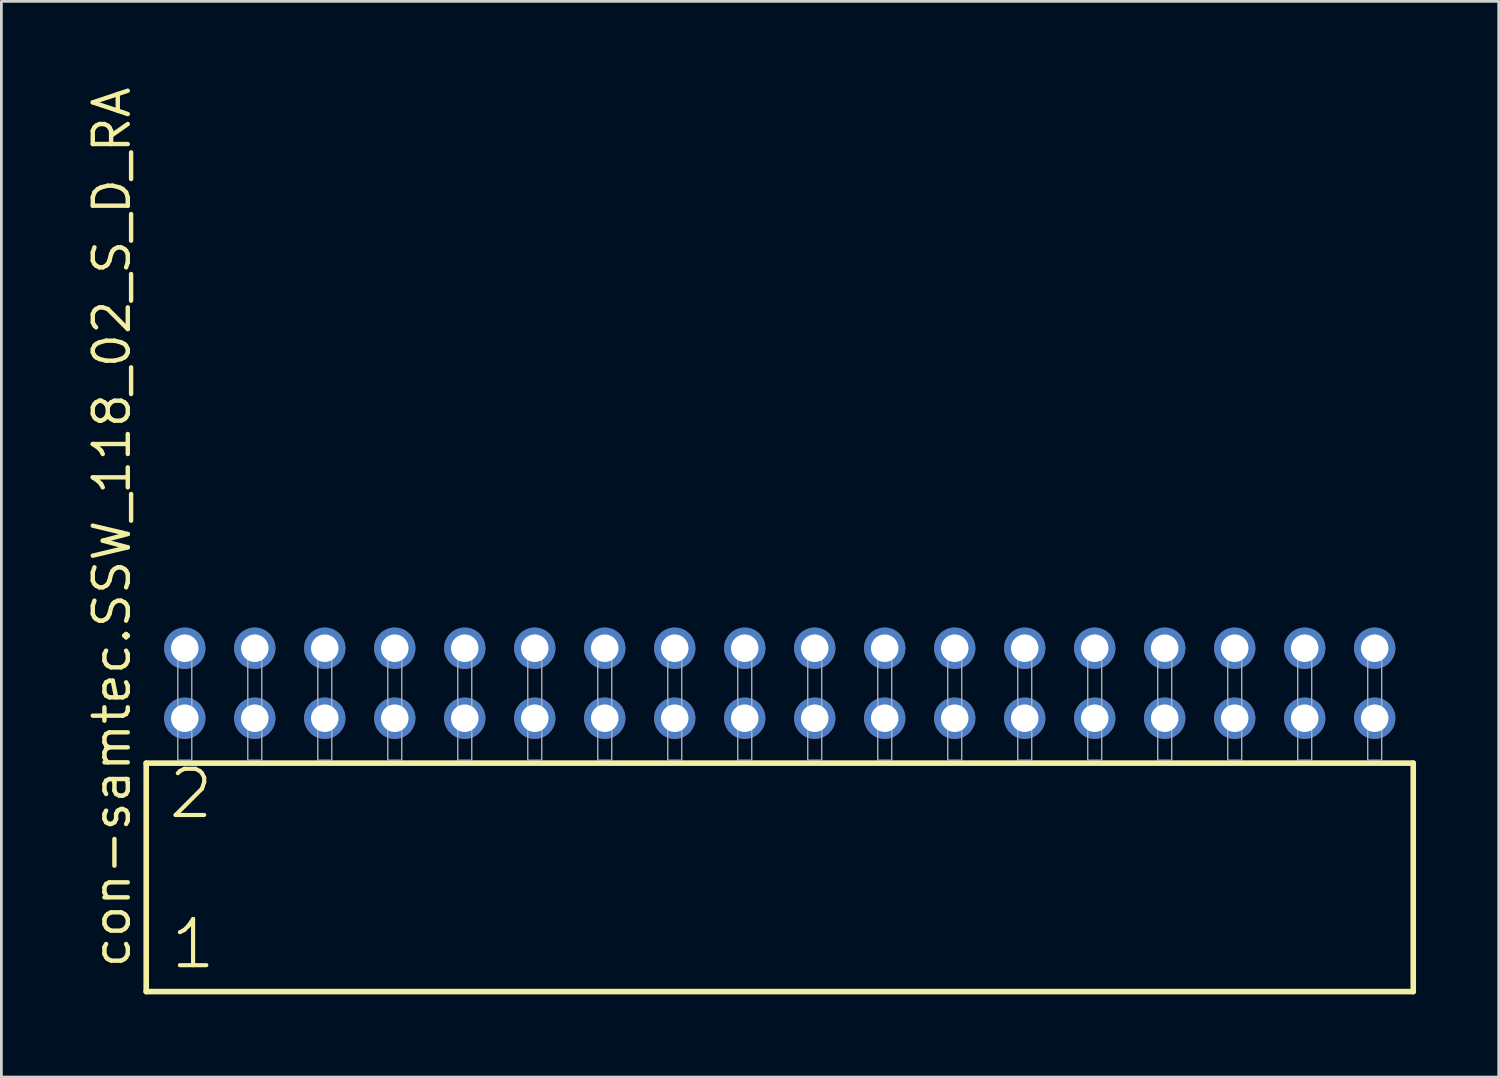
<source format=kicad_pcb>
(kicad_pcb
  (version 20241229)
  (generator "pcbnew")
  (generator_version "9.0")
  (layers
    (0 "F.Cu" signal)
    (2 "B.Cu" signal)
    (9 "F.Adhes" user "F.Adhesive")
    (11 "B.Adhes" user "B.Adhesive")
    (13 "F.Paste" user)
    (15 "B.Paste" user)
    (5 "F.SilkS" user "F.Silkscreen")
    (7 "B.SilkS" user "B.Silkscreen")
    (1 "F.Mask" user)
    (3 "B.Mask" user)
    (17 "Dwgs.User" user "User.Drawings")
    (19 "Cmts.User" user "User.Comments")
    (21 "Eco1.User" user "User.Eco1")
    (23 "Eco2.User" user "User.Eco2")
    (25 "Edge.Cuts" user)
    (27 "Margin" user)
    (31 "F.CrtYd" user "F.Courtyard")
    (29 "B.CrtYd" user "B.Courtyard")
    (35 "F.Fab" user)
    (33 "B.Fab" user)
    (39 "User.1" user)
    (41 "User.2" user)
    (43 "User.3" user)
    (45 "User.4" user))
  (footprint "con-samtec.SSW_118_02_S_D_RA"
    (layer "F.Cu")
    (at 25.245 24.537)
    (property "Reference" "con-samtec.SSW_118_02_S_D_RA" (at -23.495 7.62 90) (layer "F.SilkS") (effects (font (size 1.27 1.27) (thickness 0.16)) (justify left bottom)))
    (attr through_hole)
    (fp_line (start -22.989 0.106) (end -22.989 8.396) (stroke (width 0.203) (type default)) (layer "F.SilkS"))
    (fp_line (start -22.989 8.396) (end 22.989 8.396) (stroke (width 0.203) (type default)) (layer "F.SilkS"))
    (fp_line (start 22.989 0.106) (end -22.989 0.106) (stroke (width 0.203) (type default)) (layer "F.SilkS"))
    (fp_line (start 22.989 8.396) (end 22.989 0.106) (stroke (width 0.203) (type default)) (layer "F.SilkS"))
    (fp_rect (start -21.844 0) (end -21.336 -4.318) (stroke (width 0.05) (type default)) (fill no) (layer "F.Fab"))
    (fp_rect (start -19.304 0) (end -18.796 -4.318) (stroke (width 0.05) (type default)) (fill no) (layer "F.Fab"))
    (fp_rect (start -16.764 0) (end -16.256 -4.318) (stroke (width 0.05) (type default)) (fill no) (layer "F.Fab"))
    (fp_rect (start -14.224 0) (end -13.716 -4.318) (stroke (width 0.05) (type default)) (fill no) (layer "F.Fab"))
    (fp_rect (start -11.684 0) (end -11.176 -4.318) (stroke (width 0.05) (type default)) (fill no) (layer "F.Fab"))
    (fp_rect (start -9.144 0) (end -8.636 -4.318) (stroke (width 0.05) (type default)) (fill no) (layer "F.Fab"))
    (fp_rect (start -6.604 0) (end -6.096 -4.318) (stroke (width 0.05) (type default)) (fill no) (layer "F.Fab"))
    (fp_rect (start -4.064 0) (end -3.556 -4.318) (stroke (width 0.05) (type default)) (fill no) (layer "F.Fab"))
    (fp_rect (start -1.524 0) (end -1.016 -4.318) (stroke (width 0.05) (type default)) (fill no) (layer "F.Fab"))
    (fp_rect (start 1.016 0) (end 1.524 -4.318) (stroke (width 0.05) (type default)) (fill no) (layer "F.Fab"))
    (fp_rect (start 3.556 0) (end 4.064 -4.318) (stroke (width 0.05) (type default)) (fill no) (layer "F.Fab"))
    (fp_rect (start 6.096 0) (end 6.604 -4.318) (stroke (width 0.05) (type default)) (fill no) (layer "F.Fab"))
    (fp_rect (start 8.636 0) (end 9.144 -4.318) (stroke (width 0.05) (type default)) (fill no) (layer "F.Fab"))
    (fp_rect (start 11.176 0) (end 11.684 -4.318) (stroke (width 0.05) (type default)) (fill no) (layer "F.Fab"))
    (fp_rect (start 13.716 0) (end 14.224 -4.318) (stroke (width 0.05) (type default)) (fill no) (layer "F.Fab"))
    (fp_rect (start 16.256 0) (end 16.764 -4.318) (stroke (width 0.05) (type default)) (fill no) (layer "F.Fab"))
    (fp_rect (start 18.796 0) (end 19.304 -4.318) (stroke (width 0.05) (type default)) (fill no) (layer "F.Fab"))
    (fp_rect (start 21.336 0) (end 21.844 -4.318) (stroke (width 0.05) (type default)) (fill no) (layer "F.Fab"))
    (fp_text user "2" (at -22.26 2.2 0) (layer "F.SilkS") (effects (font (size 1.676 1.676) (thickness 0.15)) (justify left bottom)))
    (fp_text user "1" (at -22.185 7.65 0) (layer "F.SilkS") (effects (font (size 1.676 1.676) (thickness 0.15)) (justify left bottom)))
    (pad "1" thru_hole circle (at -21.59 -1.524) (size 1.5 1.5) (drill 1) (layers "*.Cu" "*.Mask"))
    (pad "2" thru_hole circle (at -21.59 -4.064) (size 1.5 1.5) (drill 1) (layers "*.Cu" "*.Mask"))
    (pad "3" thru_hole circle (at -19.05 -1.524) (size 1.5 1.5) (drill 1) (layers "*.Cu" "*.Mask"))
    (pad "4" thru_hole circle (at -19.05 -4.064) (size 1.5 1.5) (drill 1) (layers "*.Cu" "*.Mask"))
    (pad "5" thru_hole circle (at -16.51 -1.524) (size 1.5 1.5) (drill 1) (layers "*.Cu" "*.Mask"))
    (pad "6" thru_hole circle (at -16.51 -4.064) (size 1.5 1.5) (drill 1) (layers "*.Cu" "*.Mask"))
    (pad "7" thru_hole circle (at -13.97 -1.524) (size 1.5 1.5) (drill 1) (layers "*.Cu" "*.Mask"))
    (pad "8" thru_hole circle (at -13.97 -4.064) (size 1.5 1.5) (drill 1) (layers "*.Cu" "*.Mask"))
    (pad "9" thru_hole circle (at -11.43 -1.524) (size 1.5 1.5) (drill 1) (layers "*.Cu" "*.Mask"))
    (pad "10" thru_hole circle (at -11.43 -4.064) (size 1.5 1.5) (drill 1) (layers "*.Cu" "*.Mask"))
    (pad "11" thru_hole circle (at -8.89 -1.524) (size 1.5 1.5) (drill 1) (layers "*.Cu" "*.Mask"))
    (pad "12" thru_hole circle (at -8.89 -4.064) (size 1.5 1.5) (drill 1) (layers "*.Cu" "*.Mask"))
    (pad "13" thru_hole circle (at -6.35 -1.524) (size 1.5 1.5) (drill 1) (layers "*.Cu" "*.Mask"))
    (pad "14" thru_hole circle (at -6.35 -4.064) (size 1.5 1.5) (drill 1) (layers "*.Cu" "*.Mask"))
    (pad "15" thru_hole circle (at -3.81 -1.524) (size 1.5 1.5) (drill 1) (layers "*.Cu" "*.Mask"))
    (pad "16" thru_hole circle (at -3.81 -4.064) (size 1.5 1.5) (drill 1) (layers "*.Cu" "*.Mask"))
    (pad "17" thru_hole circle (at -1.27 -1.524) (size 1.5 1.5) (drill 1) (layers "*.Cu" "*.Mask"))
    (pad "18" thru_hole circle (at -1.27 -4.064) (size 1.5 1.5) (drill 1) (layers "*.Cu" "*.Mask"))
    (pad "19" thru_hole circle (at 1.27 -1.524) (size 1.5 1.5) (drill 1) (layers "*.Cu" "*.Mask"))
    (pad "20" thru_hole circle (at 1.27 -4.064) (size 1.5 1.5) (drill 1) (layers "*.Cu" "*.Mask"))
    (pad "21" thru_hole circle (at 3.81 -1.524) (size 1.5 1.5) (drill 1) (layers "*.Cu" "*.Mask"))
    (pad "22" thru_hole circle (at 3.81 -4.064) (size 1.5 1.5) (drill 1) (layers "*.Cu" "*.Mask"))
    (pad "23" thru_hole circle (at 6.35 -1.524) (size 1.5 1.5) (drill 1) (layers "*.Cu" "*.Mask"))
    (pad "24" thru_hole circle (at 6.35 -4.064) (size 1.5 1.5) (drill 1) (layers "*.Cu" "*.Mask"))
    (pad "25" thru_hole circle (at 8.89 -1.524) (size 1.5 1.5) (drill 1) (layers "*.Cu" "*.Mask"))
    (pad "26" thru_hole circle (at 8.89 -4.064) (size 1.5 1.5) (drill 1) (layers "*.Cu" "*.Mask"))
    (pad "27" thru_hole circle (at 11.43 -1.524) (size 1.5 1.5) (drill 1) (layers "*.Cu" "*.Mask"))
    (pad "28" thru_hole circle (at 11.43 -4.064) (size 1.5 1.5) (drill 1) (layers "*.Cu" "*.Mask"))
    (pad "29" thru_hole circle (at 13.97 -1.524) (size 1.5 1.5) (drill 1) (layers "*.Cu" "*.Mask"))
    (pad "30" thru_hole circle (at 13.97 -4.064) (size 1.5 1.5) (drill 1) (layers "*.Cu" "*.Mask"))
    (pad "31" thru_hole circle (at 16.51 -1.524) (size 1.5 1.5) (drill 1) (layers "*.Cu" "*.Mask"))
    (pad "32" thru_hole circle (at 16.51 -4.064) (size 1.5 1.5) (drill 1) (layers "*.Cu" "*.Mask"))
    (pad "33" thru_hole circle (at 19.05 -1.524) (size 1.5 1.5) (drill 1) (layers "*.Cu" "*.Mask"))
    (pad "34" thru_hole circle (at 19.05 -4.064) (size 1.5 1.5) (drill 1) (layers "*.Cu" "*.Mask"))
    (pad "35" thru_hole circle (at 21.59 -1.524) (size 1.5 1.5) (drill 1) (layers "*.Cu" "*.Mask"))
    (pad "36" thru_hole circle (at 21.59 -4.064) (size 1.5 1.5) (drill 1) (layers "*.Cu" "*.Mask")))
  (gr_rect
    (start -3 -3)
    (end 51.336 36.035)
    (stroke (width 0.1) (type default))
    (fill no)
    (layer "Edge.Cuts")))
</source>
